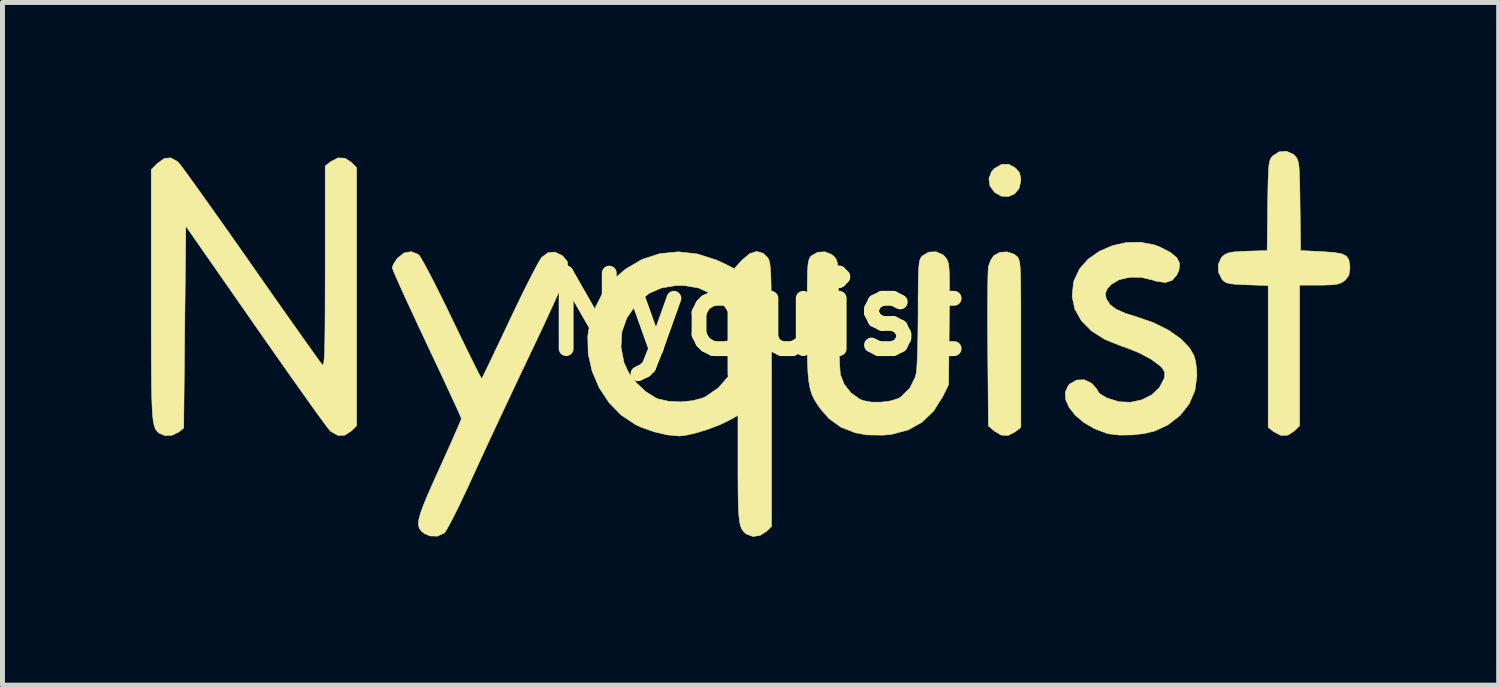
<source format=kicad_pcb>
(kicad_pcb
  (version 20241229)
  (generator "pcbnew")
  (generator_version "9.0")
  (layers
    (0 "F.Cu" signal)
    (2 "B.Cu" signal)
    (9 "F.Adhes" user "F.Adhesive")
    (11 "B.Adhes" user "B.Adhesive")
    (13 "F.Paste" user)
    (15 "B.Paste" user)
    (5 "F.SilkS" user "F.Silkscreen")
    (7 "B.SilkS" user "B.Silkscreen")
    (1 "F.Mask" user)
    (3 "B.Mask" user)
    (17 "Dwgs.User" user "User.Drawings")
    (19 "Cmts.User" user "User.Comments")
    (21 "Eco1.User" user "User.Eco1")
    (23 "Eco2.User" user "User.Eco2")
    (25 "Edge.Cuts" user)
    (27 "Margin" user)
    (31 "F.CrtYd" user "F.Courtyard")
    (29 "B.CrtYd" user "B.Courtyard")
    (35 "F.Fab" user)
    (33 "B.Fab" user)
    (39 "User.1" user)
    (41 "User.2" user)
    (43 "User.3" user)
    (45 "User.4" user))
  (footprint "Nyquist"
    (layer "F.Cu")
    (at 12.197 3.303)
    (property "Reference" "Nyquist" (at 0 0 0) (layer "F.SilkS") (effects (font (size 1.524 1.524) (thickness 0.3))))
    (attr through_hole)
    (fp_poly (pts (xy 5.132 -3.033) (xy 5.265 -2.96) (xy 5.346 -2.87) (xy 5.375 -2.752) (xy 5.376 -2.709) (xy 5.342 -2.55) (xy 5.251 -2.438) (xy 5.124 -2.382) (xy 4.98 -2.391) (xy 4.847 -2.466) (xy 4.751 -2.596) (xy 4.73 -2.742) (xy 4.783 -2.883) (xy 4.843 -2.949) (xy 4.988 -3.033) (xy 5.132 -3.033)) (stroke (width 0.01) (type solid)) (fill yes) (layer "F.SilkS"))
    (fp_poly (pts (xy 5.239 -1.218) (xy 5.284 -1.184) (xy 5.307 -1.161) (xy 5.326 -1.134) (xy 5.341 -1.094) (xy 5.353 -1.034) (xy 5.362 -0.946) (xy 5.368 -0.821) (xy 5.372 -0.651) (xy 5.375 -0.429) (xy 5.376 -0.145) (xy 5.376 0.208) (xy 5.376 0.591) (xy 5.376 2.28) (xy 5.265 2.368) (xy 5.118 2.444) (xy 4.975 2.436) (xy 4.839 2.353) (xy 4.72 2.251) (xy 4.707 0.713) (xy 4.705 0.354) (xy 4.704 0.017) (xy 4.705 -0.287) (xy 4.707 -0.548) (xy 4.71 -0.756) (xy 4.715 -0.899) (xy 4.72 -0.965) (xy 4.763 -1.09) (xy 4.828 -1.188) (xy 4.95 -1.255) (xy 5.098 -1.265) (xy 5.239 -1.218)) (stroke (width 0.01) (type solid)) (fill yes) (layer "F.SilkS"))
    (fp_poly (pts (xy 10.877 -3.238) (xy 10.914 -3.205) (xy 10.944 -3.169) (xy 10.967 -3.125) (xy 10.984 -3.063) (xy 10.996 -2.969) (xy 11.004 -2.834) (xy 11.009 -2.644) (xy 11.014 -2.388) (xy 11.016 -2.2) (xy 11.028 -1.291) (xy 11.465 -1.27) (xy 11.693 -1.254) (xy 11.85 -1.228) (xy 11.948 -1.182) (xy 12 -1.11) (xy 12.021 -1.003) (xy 12.023 -0.926) (xy 12.003 -0.793) (xy 11.931 -0.697) (xy 11.911 -0.68) (xy 11.845 -0.638) (xy 11.763 -0.611) (xy 11.645 -0.598) (xy 11.47 -0.593) (xy 11.403 -0.593) (xy 11.007 -0.593) (xy 11.007 2.248) (xy 10.903 2.351) (xy 10.768 2.439) (xy 10.624 2.442) (xy 10.483 2.368) (xy 10.372 2.28) (xy 10.372 -0.585) (xy 9.945 -0.599) (xy 9.747 -0.608) (xy 9.616 -0.62) (xy 9.532 -0.639) (xy 9.478 -0.67) (xy 9.437 -0.714) (xy 9.367 -0.856) (xy 9.364 -1.011) (xy 9.425 -1.147) (xy 9.452 -1.176) (xy 9.51 -1.22) (xy 9.587 -1.249) (xy 9.701 -1.266) (xy 9.872 -1.276) (xy 9.949 -1.279) (xy 10.351 -1.291) (xy 10.362 -2.2) (xy 10.366 -2.5) (xy 10.371 -2.728) (xy 10.378 -2.895) (xy 10.387 -3.012) (xy 10.401 -3.091) (xy 10.42 -3.145) (xy 10.446 -3.184) (xy 10.465 -3.205) (xy 10.593 -3.286) (xy 10.74 -3.298) (xy 10.877 -3.238)) (stroke (width 0.01) (type solid)) (fill yes) (layer "F.SilkS"))
    (fp_poly (pts (xy -11.671 -3.095) (xy -11.633 -3.059) (xy -11.588 -3.003) (xy -11.5 -2.884) (xy -11.374 -2.71) (xy -11.213 -2.486) (xy -11.023 -2.219) (xy -10.808 -1.917) (xy -10.574 -1.585) (xy -10.325 -1.231) (xy -10.16 -0.995) (xy -9.906 -0.632) (xy -9.665 -0.289) (xy -9.442 0.028) (xy -9.241 0.312) (xy -9.068 0.557) (xy -8.926 0.756) (xy -8.821 0.903) (xy -8.756 0.991) (xy -8.738 1.014) (xy -8.724 1.019) (xy -8.712 0.999) (xy -8.703 0.946) (xy -8.695 0.854) (xy -8.689 0.718) (xy -8.685 0.53) (xy -8.682 0.285) (xy -8.68 -0.025) (xy -8.679 -0.405) (xy -8.678 -0.863) (xy -8.678 -0.962) (xy -8.678 -3) (xy -8.567 -3.087) (xy -8.418 -3.164) (xy -8.275 -3.156) (xy -8.147 -3.071) (xy -8.043 -2.967) (xy -8.043 2.248) (xy -8.147 2.351) (xy -8.282 2.439) (xy -8.422 2.443) (xy -8.561 2.364) (xy -8.587 2.339) (xy -8.632 2.283) (xy -8.72 2.165) (xy -8.847 1.99) (xy -9.008 1.765) (xy -9.199 1.497) (xy -9.414 1.193) (xy -9.649 0.859) (xy -9.899 0.502) (xy -10.097 0.219) (xy -11.493 -1.785) (xy -11.515 0.254) (xy -11.536 2.294) (xy -11.636 2.374) (xy -11.77 2.44) (xy -11.916 2.447) (xy -12.026 2.401) (xy -12.06 2.374) (xy -12.089 2.342) (xy -12.113 2.301) (xy -12.133 2.242) (xy -12.15 2.161) (xy -12.163 2.05) (xy -12.173 1.903) (xy -12.18 1.713) (xy -12.185 1.474) (xy -12.189 1.179) (xy -12.191 0.823) (xy -12.192 0.398) (xy -12.192 -0.102) (xy -12.192 -0.381) (xy -12.192 -2.928) (xy -12.068 -3.051) (xy -11.931 -3.15) (xy -11.799 -3.165) (xy -11.671 -3.095)) (stroke (width 0.01) (type solid)) (fill yes) (layer "F.SilkS"))
    (fp_poly (pts (xy 8.074 -1.406) (xy 8.191 -1.361) (xy 8.398 -1.253) (xy 8.527 -1.146) (xy 8.583 -1.032) (xy 8.571 -0.901) (xy 8.529 -0.803) (xy 8.433 -0.69) (xy 8.296 -0.646) (xy 8.112 -0.672) (xy 8.048 -0.693) (xy 7.805 -0.75) (xy 7.57 -0.752) (xy 7.361 -0.702) (xy 7.195 -0.603) (xy 7.125 -0.523) (xy 7.083 -0.429) (xy 7.098 -0.331) (xy 7.109 -0.304) (xy 7.179 -0.197) (xy 7.302 -0.105) (xy 7.487 -0.023) (xy 7.709 0.046) (xy 8.053 0.165) (xy 8.354 0.314) (xy 8.601 0.487) (xy 8.783 0.676) (xy 8.874 0.831) (xy 8.906 0.95) (xy 8.927 1.113) (xy 8.932 1.24) (xy 8.892 1.536) (xy 8.776 1.806) (xy 8.592 2.04) (xy 8.347 2.23) (xy 8.086 2.352) (xy 7.872 2.405) (xy 7.623 2.433) (xy 7.373 2.437) (xy 7.158 2.412) (xy 7.109 2.4) (xy 6.864 2.308) (xy 6.651 2.184) (xy 6.478 2.038) (xy 6.353 1.881) (xy 6.281 1.722) (xy 6.272 1.571) (xy 6.332 1.438) (xy 6.363 1.404) (xy 6.504 1.324) (xy 6.657 1.319) (xy 6.801 1.388) (xy 6.839 1.424) (xy 6.908 1.507) (xy 6.942 1.564) (xy 6.943 1.569) (xy 6.977 1.604) (xy 7.066 1.659) (xy 7.125 1.69) (xy 7.356 1.763) (xy 7.592 1.773) (xy 7.818 1.725) (xy 8.017 1.625) (xy 8.173 1.479) (xy 8.27 1.294) (xy 8.278 1.261) (xy 8.283 1.168) (xy 8.234 1.084) (xy 8.185 1.035) (xy 8.007 0.903) (xy 7.767 0.776) (xy 7.489 0.664) (xy 7.407 0.638) (xy 7.072 0.503) (xy 6.801 0.331) (xy 6.598 0.126) (xy 6.467 -0.107) (xy 6.412 -0.362) (xy 6.437 -0.633) (xy 6.451 -0.687) (xy 6.56 -0.919) (xy 6.734 -1.117) (xy 6.959 -1.275) (xy 7.221 -1.389) (xy 7.503 -1.453) (xy 7.792 -1.46) (xy 8.074 -1.406)) (stroke (width 0.01) (type solid)) (fill yes) (layer "F.SilkS"))
    (fp_poly (pts (xy 3.798 -1.208) (xy 3.852 -1.156) (xy 3.878 -1.12) (xy 3.898 -1.08) (xy 3.913 -1.026) (xy 3.924 -0.948) (xy 3.93 -0.836) (xy 3.934 -0.68) (xy 3.934 -0.47) (xy 3.933 -0.196) (xy 3.929 0.151) (xy 3.929 0.189) (xy 3.916 1.418) (xy 3.8 1.654) (xy 3.614 1.95) (xy 3.379 2.177) (xy 3.097 2.333) (xy 2.766 2.421) (xy 2.591 2.438) (xy 2.269 2.433) (xy 2.032 2.39) (xy 1.738 2.275) (xy 1.5 2.103) (xy 1.335 1.915) (xy 1.26 1.809) (xy 1.199 1.71) (xy 1.152 1.609) (xy 1.117 1.493) (xy 1.092 1.353) (xy 1.075 1.177) (xy 1.065 0.955) (xy 1.06 0.675) (xy 1.058 0.327) (xy 1.058 0.119) (xy 1.059 -0.235) (xy 1.06 -0.514) (xy 1.063 -0.728) (xy 1.067 -0.886) (xy 1.075 -0.999) (xy 1.087 -1.076) (xy 1.102 -1.127) (xy 1.122 -1.162) (xy 1.143 -1.185) (xy 1.269 -1.257) (xy 1.418 -1.266) (xy 1.556 -1.211) (xy 1.601 -1.172) (xy 1.63 -1.139) (xy 1.652 -1.1) (xy 1.668 -1.045) (xy 1.679 -0.963) (xy 1.687 -0.843) (xy 1.691 -0.675) (xy 1.694 -0.448) (xy 1.695 -0.151) (xy 1.695 -0.018) (xy 1.697 0.283) (xy 1.702 0.566) (xy 1.708 0.817) (xy 1.716 1.021) (xy 1.726 1.164) (xy 1.732 1.22) (xy 1.808 1.412) (xy 1.944 1.583) (xy 2.118 1.709) (xy 2.192 1.74) (xy 2.358 1.77) (xy 2.553 1.771) (xy 2.744 1.746) (xy 2.9 1.697) (xy 2.951 1.667) (xy 3.132 1.487) (xy 3.241 1.269) (xy 3.263 1.179) (xy 3.273 1.086) (xy 3.282 0.922) (xy 3.29 0.701) (xy 3.295 0.439) (xy 3.299 0.149) (xy 3.3 -0.053) (xy 3.301 -0.379) (xy 3.303 -0.63) (xy 3.307 -0.819) (xy 3.314 -0.954) (xy 3.324 -1.048) (xy 3.338 -1.11) (xy 3.358 -1.151) (xy 3.384 -1.182) (xy 3.387 -1.185) (xy 3.515 -1.26) (xy 3.662 -1.267) (xy 3.798 -1.208)) (stroke (width 0.01) (type solid)) (fill yes) (layer "F.SilkS"))
    (fp_poly (pts (xy -6.794 -1.212) (xy -6.793 -1.211) (xy -6.755 -1.16) (xy -6.686 -1.042) (xy -6.591 -0.866) (xy -6.475 -0.642) (xy -6.344 -0.38) (xy -6.201 -0.09) (xy -6.12 0.079) (xy -5.977 0.376) (xy -5.845 0.647) (xy -5.73 0.882) (xy -5.635 1.073) (xy -5.565 1.21) (xy -5.524 1.285) (xy -5.515 1.296) (xy -5.494 1.255) (xy -5.442 1.148) (xy -5.362 0.982) (xy -5.26 0.769) (xy -5.14 0.517) (xy -5.007 0.235) (xy -4.954 0.122) (xy -4.812 -0.175) (xy -4.678 -0.451) (xy -4.555 -0.696) (xy -4.45 -0.9) (xy -4.368 -1.052) (xy -4.314 -1.141) (xy -4.304 -1.154) (xy -4.176 -1.249) (xy -4.036 -1.261) (xy -3.888 -1.189) (xy -3.879 -1.182) (xy -3.789 -1.074) (xy -3.768 -0.956) (xy -3.787 -0.873) (xy -3.846 -0.716) (xy -3.944 -0.483) (xy -4.082 -0.176) (xy -4.258 0.206) (xy -4.474 0.663) (xy -4.513 0.745) (xy -4.699 1.136) (xy -4.894 1.549) (xy -5.091 1.967) (xy -5.281 2.372) (xy -5.456 2.75) (xy -5.61 3.082) (xy -5.72 3.323) (xy -5.848 3.599) (xy -5.968 3.853) (xy -6.077 4.072) (xy -6.168 4.246) (xy -6.235 4.364) (xy -6.27 4.413) (xy -6.408 4.478) (xy -6.564 4.474) (xy -6.676 4.424) (xy -6.737 4.374) (xy -6.777 4.319) (xy -6.795 4.248) (xy -6.788 4.152) (xy -6.755 4.022) (xy -6.692 3.849) (xy -6.599 3.625) (xy -6.472 3.338) (xy -6.374 3.122) (xy -6.253 2.854) (xy -6.144 2.611) (xy -6.052 2.403) (xy -5.982 2.242) (xy -5.939 2.139) (xy -5.926 2.104) (xy -5.944 2.059) (xy -5.994 1.946) (xy -6.073 1.774) (xy -6.176 1.551) (xy -6.299 1.285) (xy -6.44 0.986) (xy -6.593 0.661) (xy -6.625 0.593) (xy -6.781 0.262) (xy -6.924 -0.046) (xy -7.052 -0.322) (xy -7.159 -0.559) (xy -7.243 -0.747) (xy -7.299 -0.878) (xy -7.323 -0.943) (xy -7.324 -0.947) (xy -7.298 -1.018) (xy -7.234 -1.115) (xy -7.214 -1.14) (xy -7.083 -1.244) (xy -6.938 -1.269) (xy -6.794 -1.212)) (stroke (width 0.01) (type solid)) (fill yes) (layer "F.SilkS"))
    (fp_poly (pts (xy 0.165 -1.239) (xy 0.251 -1.158) (xy 0.269 -1.134) (xy 0.284 -1.106) (xy 0.297 -1.068) (xy 0.307 -1.012) (xy 0.316 -0.934) (xy 0.323 -0.825) (xy 0.328 -0.681) (xy 0.332 -0.494) (xy 0.335 -0.259) (xy 0.337 0.032) (xy 0.338 0.385) (xy 0.338 0.806) (xy 0.339 1.302) (xy 0.339 1.616) (xy 0.339 4.28) (xy 0.235 4.383) (xy 0.105 4.465) (xy -0.04 4.484) (xy -0.169 4.436) (xy -0.173 4.433) (xy -0.222 4.39) (xy -0.26 4.338) (xy -0.289 4.267) (xy -0.31 4.166) (xy -0.324 4.025) (xy -0.333 3.835) (xy -0.337 3.584) (xy -0.339 3.263) (xy -0.339 3.117) (xy -0.339 2.038) (xy -0.519 2.138) (xy -0.703 2.227) (xy -0.922 2.311) (xy -1.15 2.383) (xy -1.358 2.434) (xy -1.52 2.455) (xy -1.533 2.455) (xy -1.77 2.432) (xy -2.039 2.368) (xy -2.303 2.274) (xy -2.411 2.223) (xy -2.699 2.032) (xy -2.945 1.779) (xy -3.144 1.477) (xy -3.286 1.144) (xy -3.365 0.794) (xy -3.368 0.659) (xy -2.702 0.659) (xy -2.642 0.972) (xy -2.547 1.177) (xy -2.392 1.381) (xy -2.203 1.558) (xy -2 1.685) (xy -1.946 1.707) (xy -1.737 1.754) (xy -1.493 1.765) (xy -1.25 1.741) (xy -1.041 1.683) (xy -0.995 1.661) (xy -0.735 1.482) (xy -0.537 1.254) (xy -0.405 0.989) (xy -0.343 0.7) (xy -0.355 0.4) (xy -0.445 0.1) (xy -0.471 0.046) (xy -0.645 -0.217) (xy -0.868 -0.412) (xy -1.135 -0.536) (xy -1.44 -0.586) (xy -1.598 -0.584) (xy -1.888 -0.535) (xy -2.129 -0.43) (xy -2.343 -0.256) (xy -2.405 -0.19) (xy -2.585 0.072) (xy -2.684 0.354) (xy -2.702 0.659) (xy -3.368 0.659) (xy -3.373 0.442) (xy -3.357 0.32) (xy -3.251 -0.079) (xy -3.076 -0.428) (xy -2.831 -0.729) (xy -2.61 -0.917) (xy -2.277 -1.113) (xy -1.919 -1.229) (xy -1.545 -1.266) (xy -1.16 -1.223) (xy -0.772 -1.1) (xy -0.62 -1.03) (xy -0.415 -0.926) (xy -0.257 -1.098) (xy -0.104 -1.227) (xy 0.037 -1.274) (xy 0.165 -1.239)) (stroke (width 0.01) (type solid)) (fill yes) (layer "F.SilkS")))
  (gr_rect
    (start -3 -3)
    (end 27.225 10.791)
    (stroke (width 0.1) (type default))
    (fill no)
    (layer "Edge.Cuts")))
</source>
